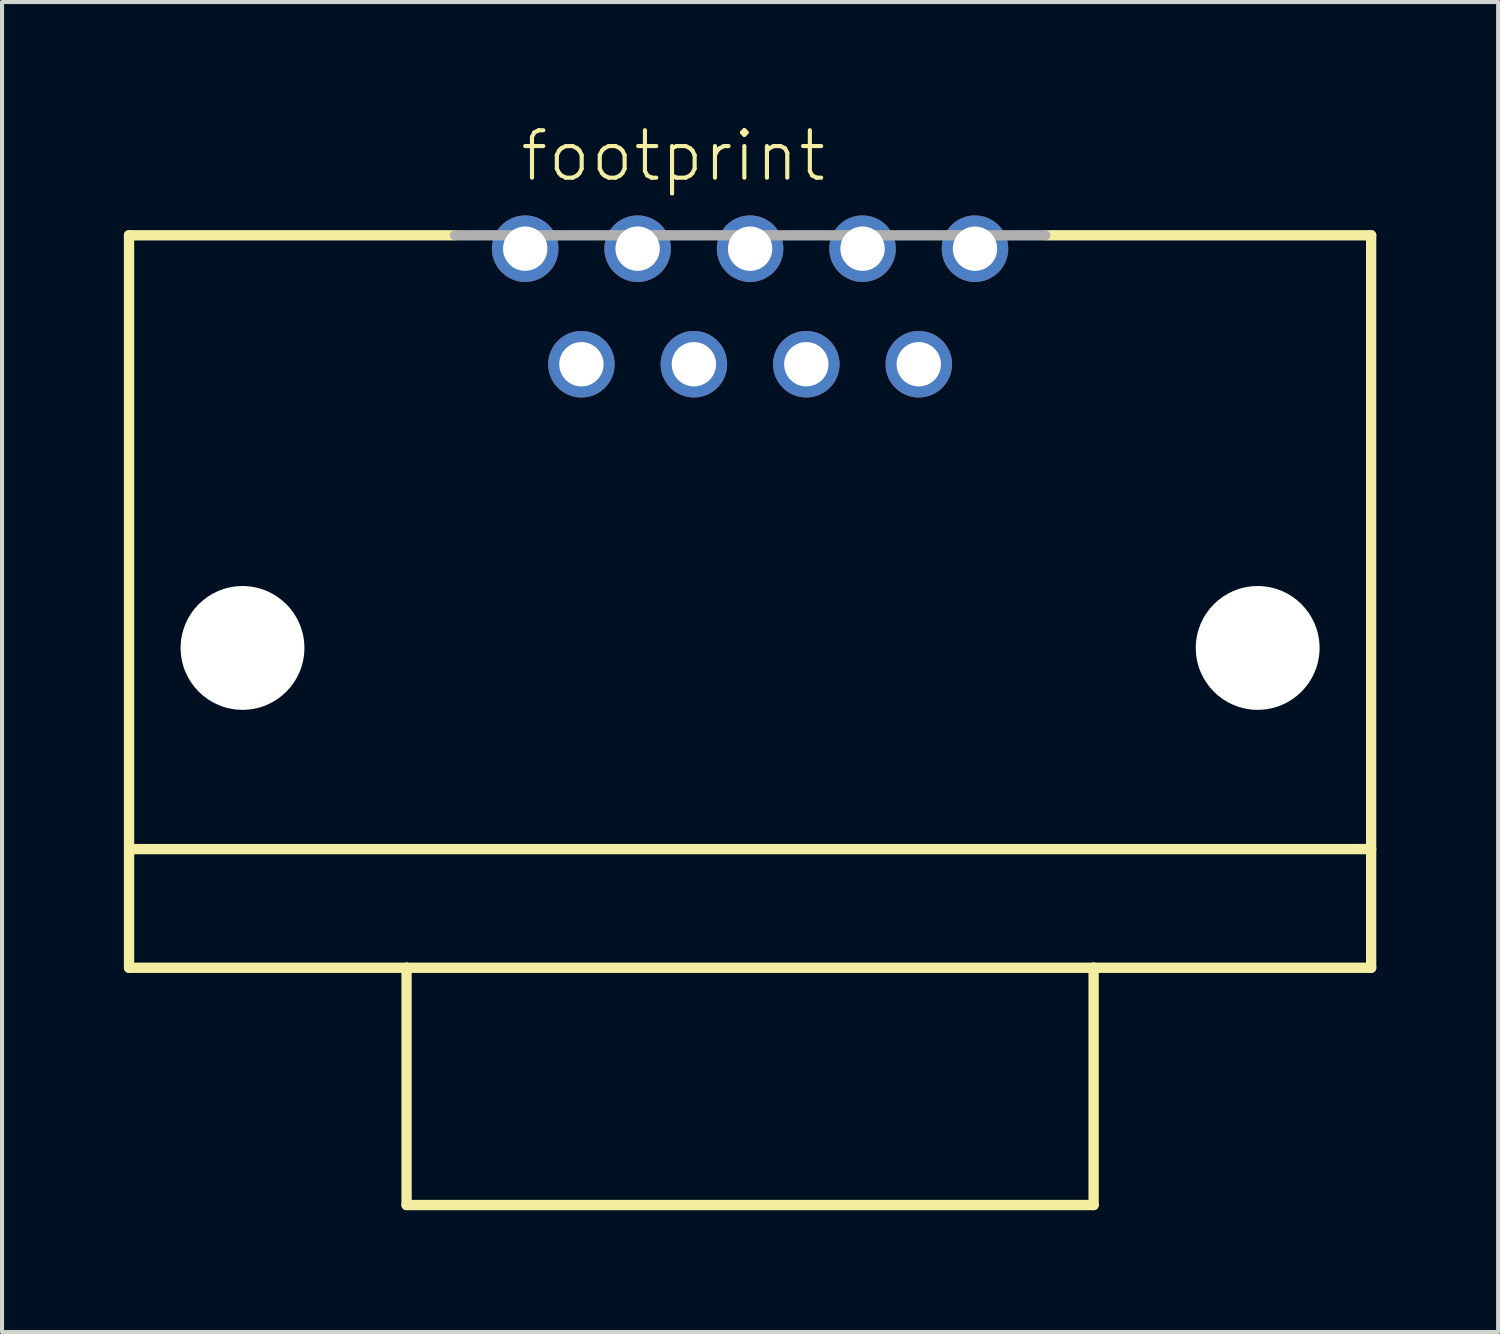
<source format=kicad_pcb>
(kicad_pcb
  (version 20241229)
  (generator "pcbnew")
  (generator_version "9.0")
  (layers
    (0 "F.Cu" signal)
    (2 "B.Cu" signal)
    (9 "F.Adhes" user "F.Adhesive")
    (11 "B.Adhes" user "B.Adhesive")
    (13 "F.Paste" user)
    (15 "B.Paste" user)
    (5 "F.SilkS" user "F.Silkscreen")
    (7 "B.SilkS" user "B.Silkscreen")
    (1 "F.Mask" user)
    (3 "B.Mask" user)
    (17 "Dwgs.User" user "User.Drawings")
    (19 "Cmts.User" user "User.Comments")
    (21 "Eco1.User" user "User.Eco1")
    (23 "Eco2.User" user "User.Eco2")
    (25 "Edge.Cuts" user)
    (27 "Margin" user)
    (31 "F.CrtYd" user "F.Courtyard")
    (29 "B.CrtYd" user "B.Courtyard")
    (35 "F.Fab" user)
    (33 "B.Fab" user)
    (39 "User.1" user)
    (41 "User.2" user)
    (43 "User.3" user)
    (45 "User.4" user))
  (footprint "footprint"
    (layer "F.Cu")
    (at 15.418 10.998)
    (property "Reference" "footprint" (at -5.715 -9.525 0) (layer "F.SilkS") (effects (font (size 1.168 1.168) (thickness 0.102)) (justify left bottom)))
    (fp_line (start -15.291 -8.255) (end -7.29 -8.255) (stroke (width 0.254) (type solid)) (layer "F.SilkS"))
    (fp_line (start -15.291 6.858) (end 15.291 6.858) (stroke (width 0.254) (type solid)) (layer "F.SilkS"))
    (fp_line (start -15.291 9.779) (end -15.291 -8.255) (stroke (width 0.254) (type solid)) (layer "F.SilkS"))
    (fp_line (start -8.458 9.779) (end -15.291 9.779) (stroke (width 0.254) (type solid)) (layer "F.SilkS"))
    (fp_line (start -8.458 9.779) (end 8.458 9.779) (stroke (width 0.254) (type solid)) (layer "F.SilkS"))
    (fp_line (start -8.458 15.621) (end -8.458 9.779) (stroke (width 0.254) (type solid)) (layer "F.SilkS"))
    (fp_line (start 8.458 9.779) (end 8.458 15.621) (stroke (width 0.254) (type solid)) (layer "F.SilkS"))
    (fp_line (start 8.458 15.621) (end -8.458 15.621) (stroke (width 0.254) (type solid)) (layer "F.SilkS"))
    (fp_line (start 15.291 -8.255) (end 7.29 -8.255) (stroke (width 0.254) (type solid)) (layer "F.SilkS"))
    (fp_line (start 15.291 -8.255) (end 15.291 9.779) (stroke (width 0.254) (type solid)) (layer "F.SilkS"))
    (fp_line (start 15.291 9.779) (end 8.458 9.779) (stroke (width 0.254) (type solid)) (layer "F.SilkS"))
    (fp_line (start -7.264 -8.255) (end 7.264 -8.255) (stroke (width 0.254) (type solid)) (layer "F.Fab"))
    (pad "" np_thru_hole circle (at -12.497 1.905) (size 3.048 3.048) (drill 3.048) (layers "*.Cu" "*.Mask"))
    (pad "" np_thru_hole circle (at 12.497 1.905) (size 3.048 3.048) (drill 3.048) (layers "*.Cu" "*.Mask"))
    (pad "1" thru_hole circle (at 5.537 -7.925) (size 1.638 1.638) (drill 1.092) (layers "*.Cu" "*.Mask"))
    (pad "2" thru_hole circle (at 2.769 -7.925) (size 1.638 1.638) (drill 1.092) (layers "*.Cu" "*.Mask"))
    (pad "3" thru_hole circle (at 0 -7.925) (size 1.638 1.638) (drill 1.092) (layers "*.Cu" "*.Mask"))
    (pad "4" thru_hole circle (at -2.769 -7.925) (size 1.638 1.638) (drill 1.092) (layers "*.Cu" "*.Mask"))
    (pad "5" thru_hole circle (at -5.537 -7.925) (size 1.638 1.638) (drill 1.092) (layers "*.Cu" "*.Mask"))
    (pad "6" thru_hole circle (at 4.153 -5.08) (size 1.638 1.638) (drill 1.092) (layers "*.Cu" "*.Mask"))
    (pad "7" thru_hole circle (at 1.384 -5.08) (size 1.638 1.638) (drill 1.092) (layers "*.Cu" "*.Mask"))
    (pad "8" thru_hole circle (at -1.384 -5.08) (size 1.638 1.638) (drill 1.092) (layers "*.Cu" "*.Mask"))
    (pad "9" thru_hole circle (at -4.153 -5.08) (size 1.638 1.638) (drill 1.092) (layers "*.Cu" "*.Mask")))
  (gr_rect
    (start -3 -3)
    (end 33.836 29.746)
    (stroke (width 0.1) (type default))
    (fill no)
    (layer "Edge.Cuts")))
</source>
